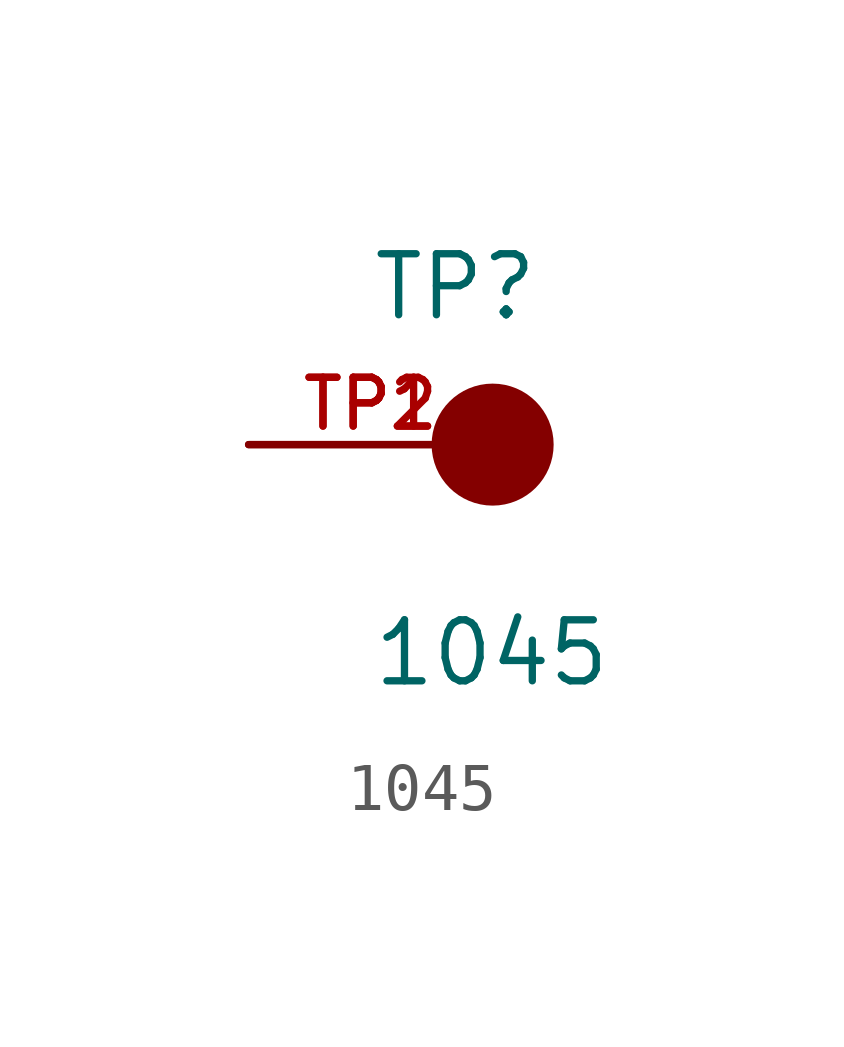
<source format=kicad_sym>
(kicad_symbol_lib
  (version 20211014)
  (generator kicad_symbol_editor)
  (symbol "1045"
    (pin_names
      (offset 1.016))
    (property "Reference" "TP"
      (at -2.54 2.54 0)
      (effects (font (size 1.27 1.27)) (justify bottom left)))
    (property "Value" "1045"
      (at -2.54 -5.08 0)
      (effects (font (size 1.27 1.27)) (justify bottom left)))
    (symbol "1045_0_0"
      (circle (center 0.0 0.0) (radius 0.635) (stroke (width 1.27)) (fill (type none)))
      (pin passive line (at -5.08 0.0 0) (length 5.08) (name "~" (effects (font (size 1.016 1.016)))) (number "TP1" (effects (font (size 1.016 1.016)))))
      (pin passive line (at -5.08 0.0 0) (length 5.08) (name "~" (effects (font (size 1.016 1.016)))) (number "TP2" (effects (font (size 1.016 1.016))))))))
</source>
